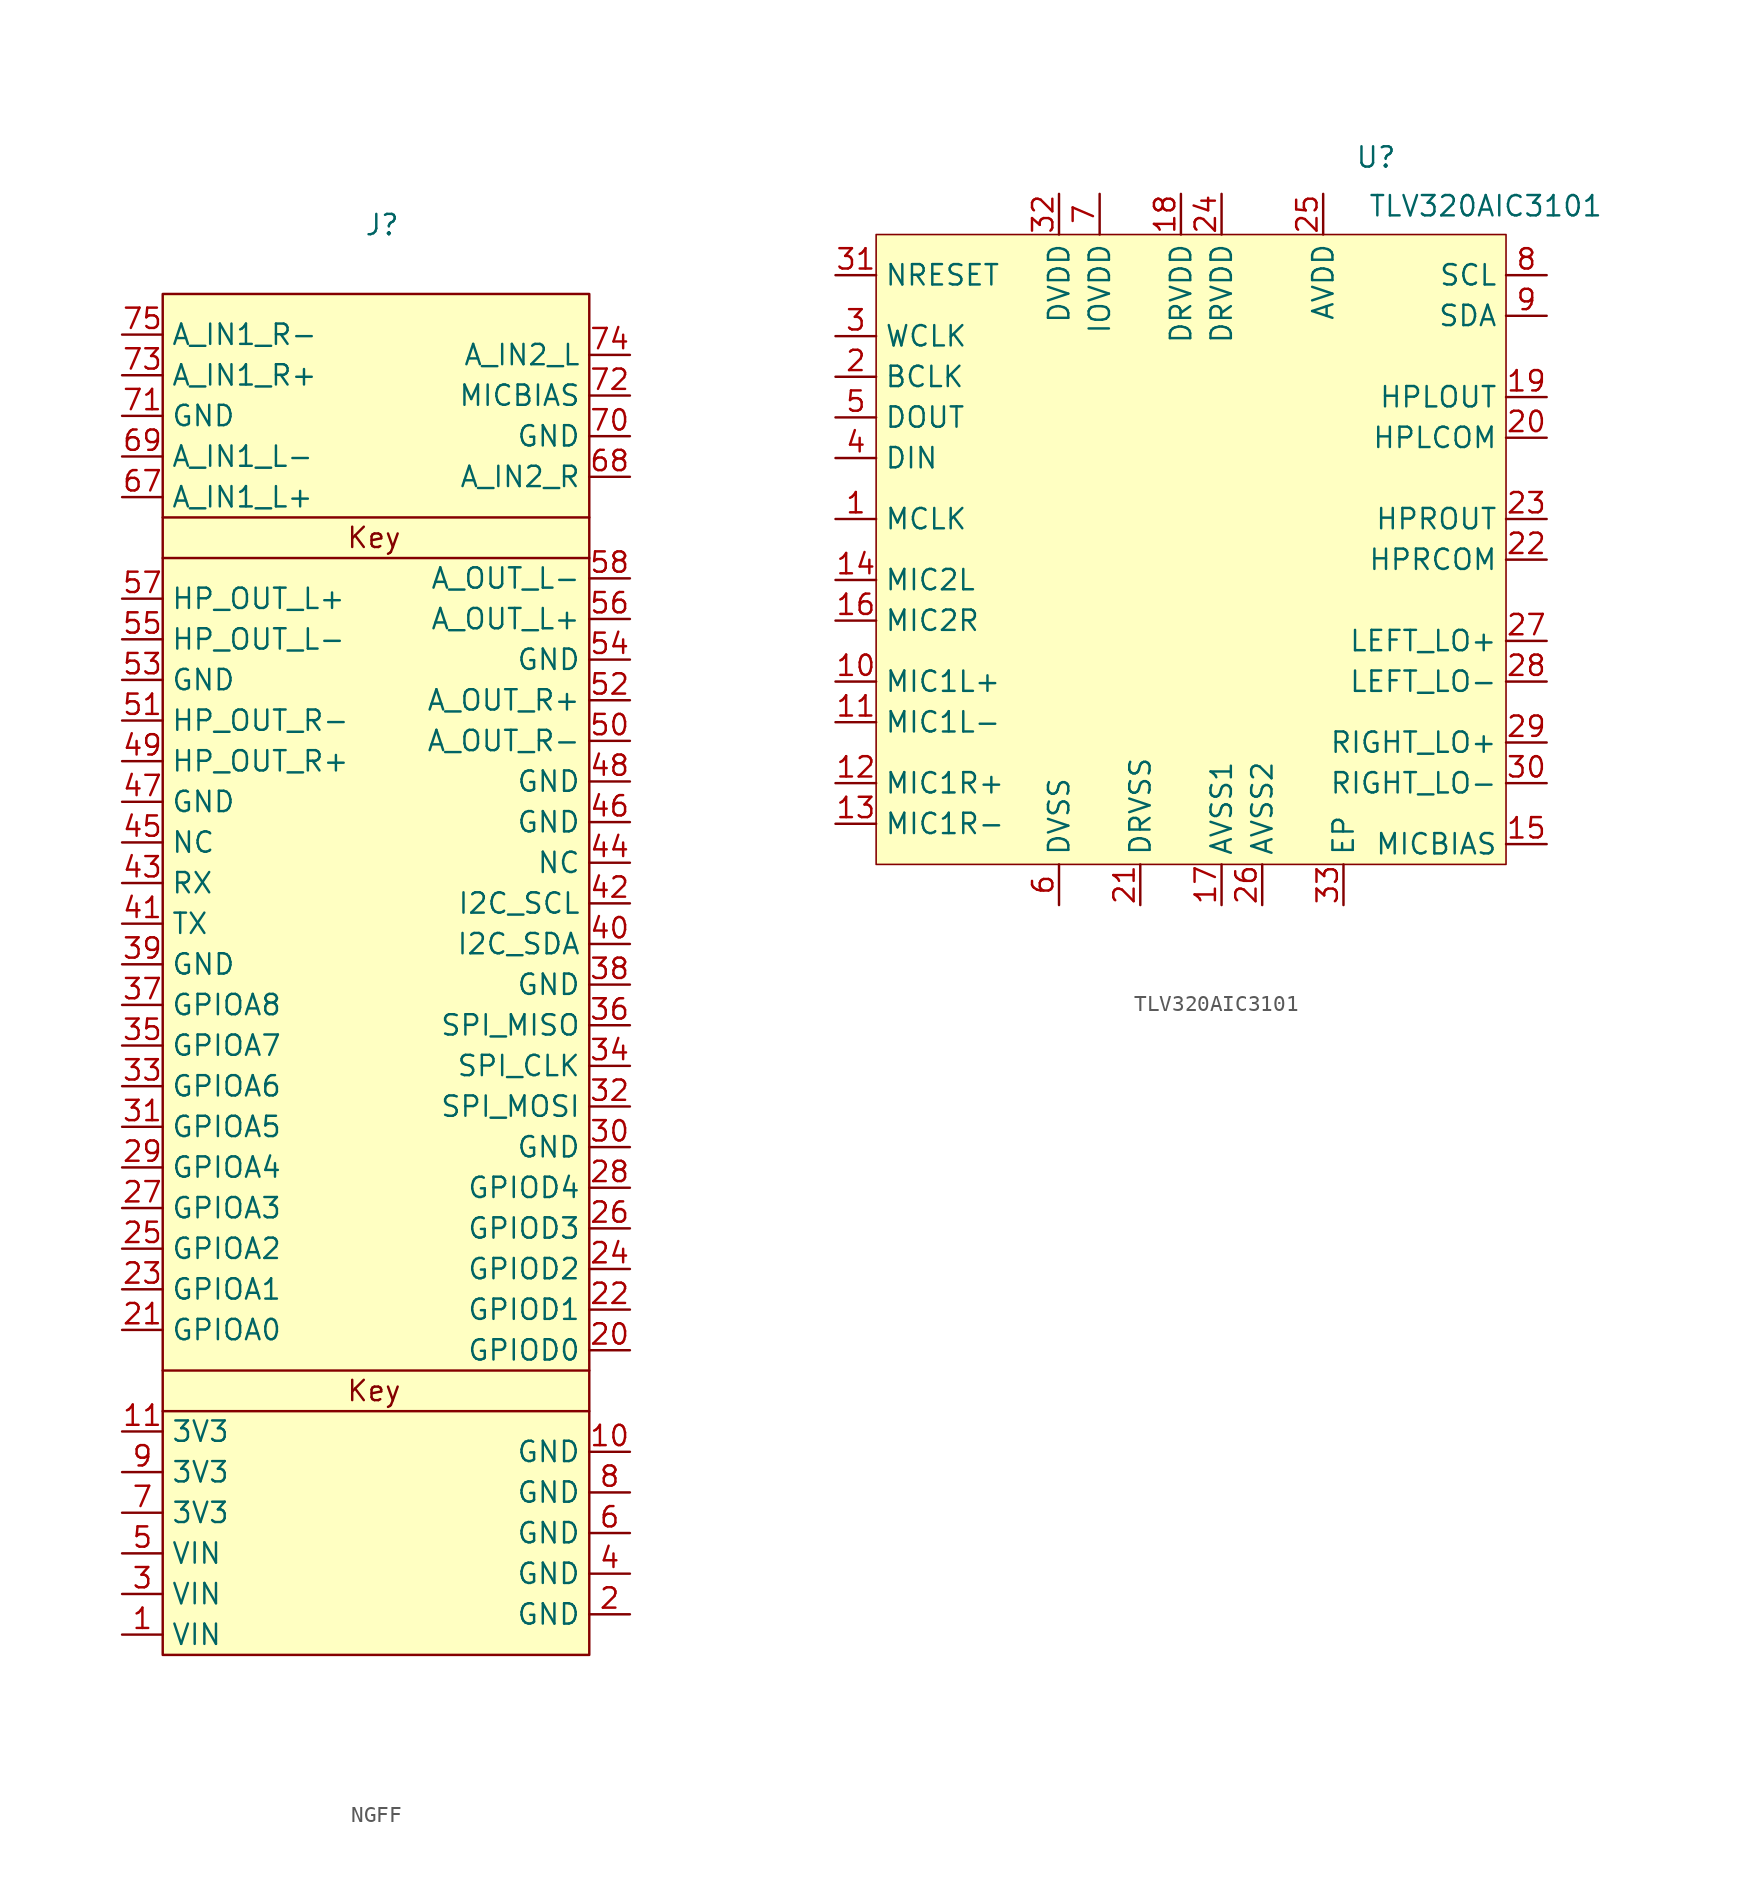
<source format=kicad_sym>
(kicad_symbol_lib
  (version 20231120)
  (generator "kicad_symbol_editor")
  (generator_version "8.0")
  (symbol "NGFF"
    (property "Reference" "J"
      (at -0.254 46.228 0)
      (effects (font (size 1.27 1.27))))
    (property "Value" ""
      (at 13.97 -6.35 0)
      (effects (font (size 1.27 1.27))))
    (symbol "NGFF_1_1"
      (rectangle (start -13.97 41.91) (end 12.7 -43.18) (stroke (width 0) (type default)) (fill (type background)))
      (polyline (pts (xy -13.97 -27.94) (xy 12.7 -27.94)) (stroke (width 0) (type default)) (fill (type none)))
      (polyline (pts (xy -13.97 -25.4) (xy 12.7 -25.4)) (stroke (width 0) (type default)) (fill (type none)))
      (polyline (pts (xy -13.97 27.94) (xy 12.7 27.94)) (stroke (width 0) (type default)) (fill (type none)))
      (polyline (pts (xy 12.7 25.4) (xy -6.35 25.4) (xy -13.97 25.4)) (stroke (width 0) (type default)) (fill (type none)))
      (text "Key" (at -0.762 -26.67 0) (effects (font (size 1.27 1.27))))
      (text "Key" (at -0.762 26.67 0) (effects (font (size 1.27 1.27))))
      (pin bidirectional line (at -16.51 -41.91 0) (length 2.54) (name "VIN" (effects (font (size 1.27 1.27)))) (number "1" (effects (font (size 1.27 1.27)))))
      (pin bidirectional line (at 15.24 -30.48 180) (length 2.54) (name "GND" (effects (font (size 1.27 1.27)))) (number "10" (effects (font (size 1.27 1.27)))))
      (pin bidirectional line (at -16.51 -29.21 0) (length 2.54) (name "3V3" (effects (font (size 1.27 1.27)))) (number "11" (effects (font (size 1.27 1.27)))))
      (pin bidirectional line (at 15.24 -40.64 180) (length 2.54) (name "GND" (effects (font (size 1.27 1.27)))) (number "2" (effects (font (size 1.27 1.27)))))
      (pin bidirectional line (at 15.24 -24.13 180) (length 2.54) (name "GPIOD0" (effects (font (size 1.27 1.27)))) (number "20" (effects (font (size 1.27 1.27)))))
      (pin bidirectional line (at -16.51 -22.86 0) (length 2.54) (name "GPIOA0" (effects (font (size 1.27 1.27)))) (number "21" (effects (font (size 1.27 1.27)))))
      (pin bidirectional line (at 15.24 -21.59 180) (length 2.54) (name "GPIOD1" (effects (font (size 1.27 1.27)))) (number "22" (effects (font (size 1.27 1.27)))))
      (pin bidirectional line (at -16.51 -20.32 0) (length 2.54) (name "GPIOA1" (effects (font (size 1.27 1.27)))) (number "23" (effects (font (size 1.27 1.27)))))
      (pin bidirectional line (at 15.24 -19.05 180) (length 2.54) (name "GPIOD2" (effects (font (size 1.27 1.27)))) (number "24" (effects (font (size 1.27 1.27)))))
      (pin bidirectional line (at -16.51 -17.78 0) (length 2.54) (name "GPIOA2" (effects (font (size 1.27 1.27)))) (number "25" (effects (font (size 1.27 1.27)))))
      (pin bidirectional line (at 15.24 -16.51 180) (length 2.54) (name "GPIOD3" (effects (font (size 1.27 1.27)))) (number "26" (effects (font (size 1.27 1.27)))))
      (pin bidirectional line (at -16.51 -15.24 0) (length 2.54) (name "GPIOA3" (effects (font (size 1.27 1.27)))) (number "27" (effects (font (size 1.27 1.27)))))
      (pin bidirectional line (at 15.24 -13.97 180) (length 2.54) (name "GPIOD4" (effects (font (size 1.27 1.27)))) (number "28" (effects (font (size 1.27 1.27)))))
      (pin bidirectional line (at -16.51 -12.7 0) (length 2.54) (name "GPIOA4" (effects (font (size 1.27 1.27)))) (number "29" (effects (font (size 1.27 1.27)))))
      (pin bidirectional line (at -16.51 -39.37 0) (length 2.54) (name "VIN" (effects (font (size 1.27 1.27)))) (number "3" (effects (font (size 1.27 1.27)))))
      (pin bidirectional line (at 15.24 -11.43 180) (length 2.54) (name "GND" (effects (font (size 1.27 1.27)))) (number "30" (effects (font (size 1.27 1.27)))))
      (pin bidirectional line (at -16.51 -10.16 0) (length 2.54) (name "GPIOA5" (effects (font (size 1.27 1.27)))) (number "31" (effects (font (size 1.27 1.27)))))
      (pin bidirectional line (at 15.24 -8.89 180) (length 2.54) (name "SPI_MOSI" (effects (font (size 1.27 1.27)))) (number "32" (effects (font (size 1.27 1.27)))))
      (pin bidirectional line (at -16.51 -7.62 0) (length 2.54) (name "GPIOA6" (effects (font (size 1.27 1.27)))) (number "33" (effects (font (size 1.27 1.27)))))
      (pin bidirectional line (at 15.24 -6.35 180) (length 2.54) (name "SPI_CLK" (effects (font (size 1.27 1.27)))) (number "34" (effects (font (size 1.27 1.27)))))
      (pin bidirectional line (at -16.51 -5.08 0) (length 2.54) (name "GPIOA7" (effects (font (size 1.27 1.27)))) (number "35" (effects (font (size 1.27 1.27)))))
      (pin bidirectional line (at 15.24 -3.81 180) (length 2.54) (name "SPI_MISO" (effects (font (size 1.27 1.27)))) (number "36" (effects (font (size 1.27 1.27)))))
      (pin bidirectional line (at -16.51 -2.54 0) (length 2.54) (name "GPIOA8" (effects (font (size 1.27 1.27)))) (number "37" (effects (font (size 1.27 1.27)))))
      (pin bidirectional line (at 15.24 -1.27 180) (length 2.54) (name "GND" (effects (font (size 1.27 1.27)))) (number "38" (effects (font (size 1.27 1.27)))))
      (pin bidirectional line (at -16.51 0 0) (length 2.54) (name "GND" (effects (font (size 1.27 1.27)))) (number "39" (effects (font (size 1.27 1.27)))))
      (pin bidirectional line (at 15.24 -38.1 180) (length 2.54) (name "GND" (effects (font (size 1.27 1.27)))) (number "4" (effects (font (size 1.27 1.27)))))
      (pin bidirectional line (at 15.24 1.27 180) (length 2.54) (name "I2C_SDA" (effects (font (size 1.27 1.27)))) (number "40" (effects (font (size 1.27 1.27)))))
      (pin bidirectional line (at -16.51 2.54 0) (length 2.54) (name "TX" (effects (font (size 1.27 1.27)))) (number "41" (effects (font (size 1.27 1.27)))))
      (pin bidirectional line (at 15.24 3.81 180) (length 2.54) (name "I2C_SCL" (effects (font (size 1.27 1.27)))) (number "42" (effects (font (size 1.27 1.27)))))
      (pin bidirectional line (at -16.51 5.08 0) (length 2.54) (name "RX" (effects (font (size 1.27 1.27)))) (number "43" (effects (font (size 1.27 1.27)))))
      (pin bidirectional line (at 15.24 6.35 180) (length 2.54) (name "NC" (effects (font (size 1.27 1.27)))) (number "44" (effects (font (size 1.27 1.27)))))
      (pin bidirectional line (at -16.51 7.62 0) (length 2.54) (name "NC" (effects (font (size 1.27 1.27)))) (number "45" (effects (font (size 1.27 1.27)))))
      (pin bidirectional line (at 15.24 8.89 180) (length 2.54) (name "GND" (effects (font (size 1.27 1.27)))) (number "46" (effects (font (size 1.27 1.27)))))
      (pin bidirectional line (at -16.51 10.16 0) (length 2.54) (name "GND" (effects (font (size 1.27 1.27)))) (number "47" (effects (font (size 1.27 1.27)))))
      (pin bidirectional line (at 15.24 11.43 180) (length 2.54) (name "GND" (effects (font (size 1.27 1.27)))) (number "48" (effects (font (size 1.27 1.27)))))
      (pin bidirectional line (at -16.51 12.7 0) (length 2.54) (name "HP_OUT_R+" (effects (font (size 1.27 1.27)))) (number "49" (effects (font (size 1.27 1.27)))))
      (pin bidirectional line (at -16.51 -36.83 0) (length 2.54) (name "VIN" (effects (font (size 1.27 1.27)))) (number "5" (effects (font (size 1.27 1.27)))))
      (pin bidirectional line (at 15.24 13.97 180) (length 2.54) (name "A_OUT_R-" (effects (font (size 1.27 1.27)))) (number "50" (effects (font (size 1.27 1.27)))))
      (pin bidirectional line (at -16.51 15.24 0) (length 2.54) (name "HP_OUT_R-" (effects (font (size 1.27 1.27)))) (number "51" (effects (font (size 1.27 1.27)))))
      (pin bidirectional line (at 15.24 16.51 180) (length 2.54) (name "A_OUT_R+" (effects (font (size 1.27 1.27)))) (number "52" (effects (font (size 1.27 1.27)))))
      (pin bidirectional line (at -16.51 17.78 0) (length 2.54) (name "GND" (effects (font (size 1.27 1.27)))) (number "53" (effects (font (size 1.27 1.27)))))
      (pin bidirectional line (at 15.24 19.05 180) (length 2.54) (name "GND" (effects (font (size 1.27 1.27)))) (number "54" (effects (font (size 1.27 1.27)))))
      (pin bidirectional line (at -16.51 20.32 0) (length 2.54) (name "HP_OUT_L-" (effects (font (size 1.27 1.27)))) (number "55" (effects (font (size 1.27 1.27)))))
      (pin bidirectional line (at 15.24 21.59 180) (length 2.54) (name "A_OUT_L+" (effects (font (size 1.27 1.27)))) (number "56" (effects (font (size 1.27 1.27)))))
      (pin bidirectional line (at -16.51 22.86 0) (length 2.54) (name "HP_OUT_L+" (effects (font (size 1.27 1.27)))) (number "57" (effects (font (size 1.27 1.27)))))
      (pin bidirectional line (at 15.24 24.13 180) (length 2.54) (name "A_OUT_L-" (effects (font (size 1.27 1.27)))) (number "58" (effects (font (size 1.27 1.27)))))
      (pin bidirectional line (at 15.24 -35.56 180) (length 2.54) (name "GND" (effects (font (size 1.27 1.27)))) (number "6" (effects (font (size 1.27 1.27)))))
      (pin bidirectional line (at -16.51 29.21 0) (length 2.54) (name "A_IN1_L+" (effects (font (size 1.27 1.27)))) (number "67" (effects (font (size 1.27 1.27)))))
      (pin bidirectional line (at 15.24 30.48 180) (length 2.54) (name "A_IN2_R" (effects (font (size 1.27 1.27)))) (number "68" (effects (font (size 1.27 1.27)))))
      (pin bidirectional line (at -16.51 31.75 0) (length 2.54) (name "A_IN1_L-" (effects (font (size 1.27 1.27)))) (number "69" (effects (font (size 1.27 1.27)))))
      (pin bidirectional line (at -16.51 -34.29 0) (length 2.54) (name "3V3" (effects (font (size 1.27 1.27)))) (number "7" (effects (font (size 1.27 1.27)))))
      (pin bidirectional line (at 15.24 33.02 180) (length 2.54) (name "GND" (effects (font (size 1.27 1.27)))) (number "70" (effects (font (size 1.27 1.27)))))
      (pin bidirectional line (at -16.51 34.29 0) (length 2.54) (name "GND" (effects (font (size 1.27 1.27)))) (number "71" (effects (font (size 1.27 1.27)))))
      (pin bidirectional line (at 15.24 35.56 180) (length 2.54) (name "MICBIAS" (effects (font (size 1.27 1.27)))) (number "72" (effects (font (size 1.27 1.27)))))
      (pin bidirectional line (at -16.51 36.83 0) (length 2.54) (name "A_IN1_R+" (effects (font (size 1.27 1.27)))) (number "73" (effects (font (size 1.27 1.27)))))
      (pin bidirectional line (at 15.24 38.1 180) (length 2.54) (name "A_IN2_L" (effects (font (size 1.27 1.27)))) (number "74" (effects (font (size 1.27 1.27)))))
      (pin bidirectional line (at -16.51 39.37 0) (length 2.54) (name "A_IN1_R-" (effects (font (size 1.27 1.27)))) (number "75" (effects (font (size 1.27 1.27)))))
      (pin bidirectional line (at 15.24 -33.02 180) (length 2.54) (name "GND" (effects (font (size 1.27 1.27)))) (number "8" (effects (font (size 1.27 1.27)))))
      (pin bidirectional line (at -16.51 -31.75 0) (length 2.54) (name "3V3" (effects (font (size 1.27 1.27)))) (number "9" (effects (font (size 1.27 1.27)))))))
  (symbol "TLV320AIC3101"
    (property "Reference" "U"
      (at 10.922 30.226 0)
      (effects (font (size 1.27 1.27))))
    (property "Value" "TLV320AIC3101"
      (at 17.78 27.178 0)
      (effects (font (size 1.27 1.27))))
    (symbol "TLV320AIC3101_1_1"
      (rectangle (start -20.32 25.4) (end 19.05 -13.97) (stroke (width 0.1) (type solid)) (fill (type background)))
      (pin input line (at -22.86 7.62 0) (length 2.54) (name "MCLK" (effects (font (size 1.27 1.27)))) (number "1" (effects (font (size 1.27 1.27)))))
      (pin input line (at -22.86 -2.54 0) (length 2.54) (name "MIC1L+" (effects (font (size 1.27 1.27)))) (number "10" (effects (font (size 1.27 1.27)))))
      (pin input line (at -22.86 -5.08 0) (length 2.54) (name "MIC1L-" (effects (font (size 1.27 1.27)))) (number "11" (effects (font (size 1.27 1.27)))))
      (pin input line (at -22.86 -8.89 0) (length 2.54) (name "MIC1R+" (effects (font (size 1.27 1.27)))) (number "12" (effects (font (size 1.27 1.27)))))
      (pin input line (at -22.86 -11.43 0) (length 2.54) (name "MIC1R-" (effects (font (size 1.27 1.27)))) (number "13" (effects (font (size 1.27 1.27)))))
      (pin input line (at -22.86 3.81 0) (length 2.54) (name "MIC2L" (effects (font (size 1.27 1.27)))) (number "14" (effects (font (size 1.27 1.27)))))
      (pin output line (at 21.59 -12.7 180) (length 2.54) (name "MICBIAS" (effects (font (size 1.27 1.27)))) (number "15" (effects (font (size 1.27 1.27)))))
      (pin input line (at -22.86 1.27 0) (length 2.54) (name "MIC2R" (effects (font (size 1.27 1.27)))) (number "16" (effects (font (size 1.27 1.27)))))
      (pin power_in line (at 1.27 -16.51 90) (length 2.54) (name "AVSS1" (effects (font (size 1.27 1.27)))) (number "17" (effects (font (size 1.27 1.27)))))
      (pin power_in line (at -1.27 27.94 270) (length 2.54) (name "DRVDD" (effects (font (size 1.27 1.27)))) (number "18" (effects (font (size 1.27 1.27)))))
      (pin output line (at 21.59 15.24 180) (length 2.54) (name "HPLOUT" (effects (font (size 1.27 1.27)))) (number "19" (effects (font (size 1.27 1.27)))))
      (pin bidirectional line (at -22.86 16.51 0) (length 2.54) (name "BCLK" (effects (font (size 1.27 1.27)))) (number "2" (effects (font (size 1.27 1.27)))))
      (pin output line (at 21.59 12.7 180) (length 2.54) (name "HPLCOM" (effects (font (size 1.27 1.27)))) (number "20" (effects (font (size 1.27 1.27)))))
      (pin power_in line (at -3.81 -16.51 90) (length 2.54) (name "DRVSS" (effects (font (size 1.27 1.27)))) (number "21" (effects (font (size 1.27 1.27)))))
      (pin output line (at 21.59 5.08 180) (length 2.54) (name "HPRCOM" (effects (font (size 1.27 1.27)))) (number "22" (effects (font (size 1.27 1.27)))))
      (pin output line (at 21.59 7.62 180) (length 2.54) (name "HPROUT" (effects (font (size 1.27 1.27)))) (number "23" (effects (font (size 1.27 1.27)))))
      (pin power_in line (at 1.27 27.94 270) (length 2.54) (name "DRVDD" (effects (font (size 1.27 1.27)))) (number "24" (effects (font (size 1.27 1.27)))))
      (pin power_in line (at 7.62 27.94 270) (length 2.54) (name "AVDD" (effects (font (size 1.27 1.27)))) (number "25" (effects (font (size 1.27 1.27)))))
      (pin power_in line (at 3.81 -16.51 90) (length 2.54) (name "AVSS2" (effects (font (size 1.27 1.27)))) (number "26" (effects (font (size 1.27 1.27)))))
      (pin output line (at 21.59 0 180) (length 2.54) (name "LEFT_LO+" (effects (font (size 1.27 1.27)))) (number "27" (effects (font (size 1.27 1.27)))))
      (pin output line (at 21.59 -2.54 180) (length 2.54) (name "LEFT_LO-" (effects (font (size 1.27 1.27)))) (number "28" (effects (font (size 1.27 1.27)))))
      (pin output line (at 21.59 -6.35 180) (length 2.54) (name "RIGHT_LO+" (effects (font (size 1.27 1.27)))) (number "29" (effects (font (size 1.27 1.27)))))
      (pin bidirectional line (at -22.86 19.05 0) (length 2.54) (name "WCLK" (effects (font (size 1.27 1.27)))) (number "3" (effects (font (size 1.27 1.27)))))
      (pin output line (at 21.59 -8.89 180) (length 2.54) (name "RIGHT_LO-" (effects (font (size 1.27 1.27)))) (number "30" (effects (font (size 1.27 1.27)))))
      (pin input line (at -22.86 22.86 0) (length 2.54) (name "NRESET" (effects (font (size 1.27 1.27)))) (number "31" (effects (font (size 1.27 1.27)))))
      (pin power_in line (at -8.89 27.94 270) (length 2.54) (name "DVDD" (effects (font (size 1.27 1.27)))) (number "32" (effects (font (size 1.27 1.27)))))
      (pin power_in line (at 8.89 -16.51 90) (length 2.54) (name "EP" (effects (font (size 1.27 1.27)))) (number "33" (effects (font (size 1.27 1.27)))))
      (pin input line (at -22.86 11.43 0) (length 2.54) (name "DIN" (effects (font (size 1.27 1.27)))) (number "4" (effects (font (size 1.27 1.27)))))
      (pin output line (at -22.86 13.97 0) (length 2.54) (name "DOUT" (effects (font (size 1.27 1.27)))) (number "5" (effects (font (size 1.27 1.27)))))
      (pin power_in line (at -8.89 -16.51 90) (length 2.54) (name "DVSS" (effects (font (size 1.27 1.27)))) (number "6" (effects (font (size 1.27 1.27)))))
      (pin power_in line (at -6.35 27.94 270) (length 2.54) (name "IOVDD" (effects (font (size 1.27 1.27)))) (number "7" (effects (font (size 1.27 1.27)))))
      (pin input line (at 21.59 22.86 180) (length 2.54) (name "SCL" (effects (font (size 1.27 1.27)))) (number "8" (effects (font (size 1.27 1.27)))))
      (pin bidirectional line (at 21.59 20.32 180) (length 2.54) (name "SDA" (effects (font (size 1.27 1.27)))) (number "9" (effects (font (size 1.27 1.27))))))))
</source>
